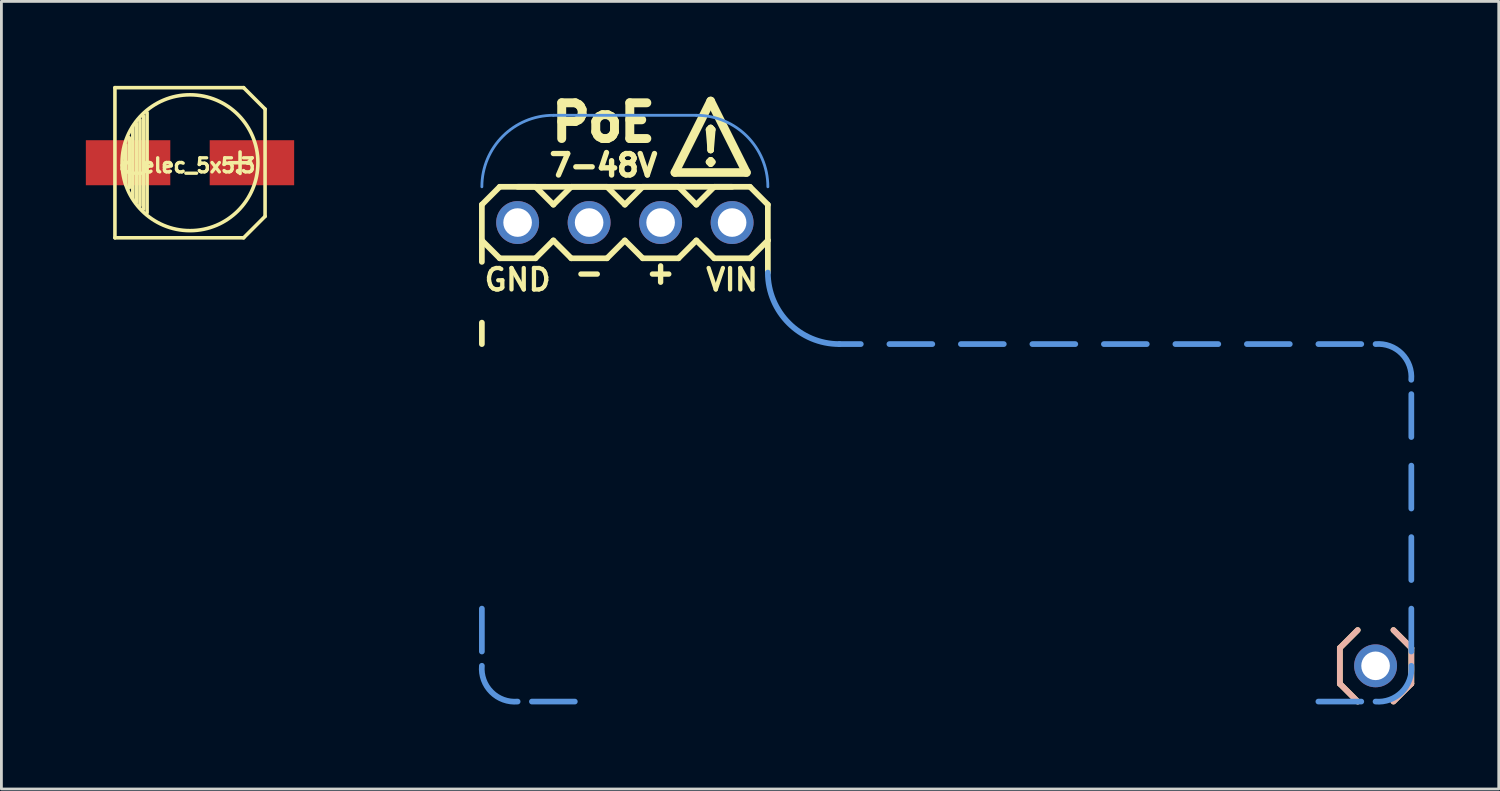
<source format=kicad_pcb>
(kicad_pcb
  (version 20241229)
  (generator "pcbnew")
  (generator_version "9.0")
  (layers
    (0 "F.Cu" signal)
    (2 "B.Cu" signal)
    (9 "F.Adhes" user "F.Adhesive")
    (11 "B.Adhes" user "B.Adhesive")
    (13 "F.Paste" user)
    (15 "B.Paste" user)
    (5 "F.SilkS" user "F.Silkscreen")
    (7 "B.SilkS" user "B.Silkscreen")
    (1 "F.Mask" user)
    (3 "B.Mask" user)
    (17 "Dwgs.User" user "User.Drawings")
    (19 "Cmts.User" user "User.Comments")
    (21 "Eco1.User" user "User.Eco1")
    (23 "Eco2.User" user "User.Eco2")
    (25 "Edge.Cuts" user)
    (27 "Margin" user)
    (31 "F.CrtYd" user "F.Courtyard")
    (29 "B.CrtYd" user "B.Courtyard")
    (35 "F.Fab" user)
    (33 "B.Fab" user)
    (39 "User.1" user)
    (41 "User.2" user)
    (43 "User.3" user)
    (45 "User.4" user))
  (footprint "c_elec_5x5.3"
    (layer "F.Cu")
    (at 3.7 2.731)
    (property "Reference" "c_elec_5x5.3" (at -0.1 0.1 0) (layer "F.SilkS") (effects (font (size 0.5 0.5) (thickness 0.119))))
    (attr through_hole)
    (fp_line (start -2.667 -2.667) (end 1.905 -2.667) (stroke (width 0.127) (type solid)) (layer "F.SilkS"))
    (fp_line (start -2.667 2.667) (end -2.667 -2.667) (stroke (width 0.127) (type solid)) (layer "F.SilkS"))
    (fp_line (start -2.286 -0.635) (end -2.286 0.762) (stroke (width 0.127) (type solid)) (layer "F.SilkS"))
    (fp_line (start -2.159 -0.889) (end -2.159 0.889) (stroke (width 0.127) (type solid)) (layer "F.SilkS"))
    (fp_line (start -2.032 -1.27) (end -2.032 1.27) (stroke (width 0.127) (type solid)) (layer "F.SilkS"))
    (fp_line (start -1.905 1.397) (end -1.905 -1.397) (stroke (width 0.127) (type solid)) (layer "F.SilkS"))
    (fp_line (start -1.778 -1.524) (end -1.778 1.524) (stroke (width 0.127) (type solid)) (layer "F.SilkS"))
    (fp_line (start -1.651 1.651) (end -1.651 -1.651) (stroke (width 0.127) (type solid)) (layer "F.SilkS"))
    (fp_line (start -1.524 -1.778) (end -1.524 1.778) (stroke (width 0.127) (type solid)) (layer "F.SilkS"))
    (fp_line (start 1.778 -0.381) (end 1.778 0.381) (stroke (width 0.127) (type solid)) (layer "F.SilkS"))
    (fp_line (start 1.905 -2.667) (end 2.667 -1.905) (stroke (width 0.127) (type solid)) (layer "F.SilkS"))
    (fp_line (start 1.905 2.667) (end -2.667 2.667) (stroke (width 0.127) (type solid)) (layer "F.SilkS"))
    (fp_line (start 2.159 0) (end 1.397 0) (stroke (width 0.127) (type solid)) (layer "F.SilkS"))
    (fp_line (start 2.667 -1.905) (end 2.667 1.905) (stroke (width 0.127) (type solid)) (layer "F.SilkS"))
    (fp_line (start 2.667 1.905) (end 1.905 2.667) (stroke (width 0.127) (type solid)) (layer "F.SilkS"))
    (fp_circle (center 0 0) (end -2.413 0) (stroke (width 0.127) (type solid)) (fill no) (layer "F.SilkS"))
    (pad "1" smd rect (at 2.2 0) (size 3 1.6) (layers "F.Cu" "F.Mask" "F.Paste"))
    (pad "2" smd rect (at -2.2 0) (size 3 1.6) (layers "F.Cu" "F.Mask" "F.Paste")))
  (footprint "FT-POE-MODULE-NOOUTLINE"
    (layer "F.Cu")
    (at 15.339 4.856)
    (property "Reference" "FT-POE-MODULE-NOOUTLINE" (at 3.72 -0.008 0) (layer "Eco1.User") (effects (font (size 0.762 0.762) (thickness 0.127))))
    (attr through_hole)
    (fp_line (start -1.27 -0.635) (end -1.27 0.635) (stroke (width 0.203) (type solid)) (layer "F.SilkS"))
    (fp_line (start -1.27 0.635) (end -1.27 1.397) (stroke (width 0.203) (type solid)) (layer "F.SilkS"))
    (fp_line (start -1.27 0.635) (end -0.635 1.27) (stroke (width 0.203) (type solid)) (layer "F.SilkS"))
    (fp_line (start -1.27 3.556) (end -1.27 4.318) (stroke (width 0.203) (type solid)) (layer "F.SilkS"))
    (fp_line (start -0.635 -1.27) (end -1.27 -0.635) (stroke (width 0.203) (type solid)) (layer "F.SilkS"))
    (fp_line (start -0.635 -1.27) (end 0.635 -1.27) (stroke (width 0.203) (type solid)) (layer "F.SilkS"))
    (fp_line (start 0.635 -1.27) (end 1.27 -0.635) (stroke (width 0.203) (type solid)) (layer "F.SilkS"))
    (fp_line (start 0.635 1.27) (end -0.635 1.27) (stroke (width 0.203) (type solid)) (layer "F.SilkS"))
    (fp_line (start 1.27 -0.635) (end 1.905 -1.27) (stroke (width 0.203) (type solid)) (layer "F.SilkS"))
    (fp_line (start 1.27 0.635) (end 0.635 1.27) (stroke (width 0.203) (type solid)) (layer "F.SilkS"))
    (fp_line (start 1.905 -1.27) (end 3.175 -1.27) (stroke (width 0.203) (type solid)) (layer "F.SilkS"))
    (fp_line (start 1.905 1.27) (end 1.27 0.635) (stroke (width 0.203) (type solid)) (layer "F.SilkS"))
    (fp_line (start 3.175 -1.27) (end 3.81 -0.635) (stroke (width 0.203) (type solid)) (layer "F.SilkS"))
    (fp_line (start 3.175 1.27) (end 1.905 1.27) (stroke (width 0.203) (type solid)) (layer "F.SilkS"))
    (fp_line (start 3.81 -0.635) (end 4.445 -1.27) (stroke (width 0.203) (type solid)) (layer "F.SilkS"))
    (fp_line (start 3.81 0.635) (end 3.175 1.27) (stroke (width 0.203) (type solid)) (layer "F.SilkS"))
    (fp_line (start 4.445 -1.27) (end 5.715 -1.27) (stroke (width 0.203) (type solid)) (layer "F.SilkS"))
    (fp_line (start 4.445 1.27) (end 3.81 0.635) (stroke (width 0.203) (type solid)) (layer "F.SilkS"))
    (fp_line (start 5.588 -1.778) (end 6.858 -4.318) (stroke (width 0.305) (type solid)) (layer "F.SilkS"))
    (fp_line (start 5.715 -1.27) (end 6.35 -0.635) (stroke (width 0.203) (type solid)) (layer "F.SilkS"))
    (fp_line (start 5.715 1.27) (end 4.445 1.27) (stroke (width 0.203) (type solid)) (layer "F.SilkS"))
    (fp_line (start 6.35 0.635) (end 5.715 1.27) (stroke (width 0.203) (type solid)) (layer "F.SilkS"))
    (fp_line (start 6.35 0.635) (end 6.985 1.27) (stroke (width 0.203) (type solid)) (layer "F.SilkS"))
    (fp_line (start 6.858 -4.318) (end 8.128 -1.778) (stroke (width 0.305) (type solid)) (layer "F.SilkS"))
    (fp_line (start 6.985 -1.27) (end 6.35 -0.635) (stroke (width 0.203) (type solid)) (layer "F.SilkS"))
    (fp_line (start 6.985 -1.27) (end 8.255 -1.27) (stroke (width 0.203) (type solid)) (layer "F.SilkS"))
    (fp_line (start 7.62 -1.27) (end 0 -1.27) (stroke (width 0.203) (type solid)) (layer "F.SilkS"))
    (fp_line (start 8.128 -1.778) (end 5.588 -1.778) (stroke (width 0.305) (type solid)) (layer "F.SilkS"))
    (fp_line (start 8.255 -1.27) (end 8.89 -0.635) (stroke (width 0.203) (type solid)) (layer "F.SilkS"))
    (fp_line (start 8.255 1.27) (end 6.985 1.27) (stroke (width 0.203) (type solid)) (layer "F.SilkS"))
    (fp_line (start 8.89 -0.635) (end 8.89 0.635) (stroke (width 0.203) (type solid)) (layer "F.SilkS"))
    (fp_line (start 8.89 0.635) (end 8.255 1.27) (stroke (width 0.203) (type solid)) (layer "F.SilkS"))
    (fp_line (start 8.89 1.778) (end 8.89 0.635) (stroke (width 0.203) (type solid)) (layer "F.SilkS"))
    (fp_line (start 29.21 15.113) (end 29.845 14.478) (stroke (width 0.203) (type solid)) (layer "F.SilkS"))
    (fp_line (start 29.21 16.383) (end 29.21 15.113) (stroke (width 0.203) (type solid)) (layer "F.SilkS"))
    (fp_line (start 29.845 17.018) (end 29.21 16.383) (stroke (width 0.203) (type solid)) (layer "F.SilkS"))
    (fp_line (start 31.115 14.478) (end 31.75 15.113) (stroke (width 0.203) (type solid)) (layer "F.SilkS"))
    (fp_line (start 31.75 15.113) (end 31.75 16.383) (stroke (width 0.203) (type solid)) (layer "F.SilkS"))
    (fp_line (start 31.75 16.383) (end 31.115 17.018) (stroke (width 0.203) (type solid)) (layer "F.SilkS"))
    (fp_line (start 29.21 15.113) (end 29.21 16.383) (stroke (width 0.203) (type solid)) (layer "B.SilkS"))
    (fp_line (start 29.21 16.383) (end 29.845 17.018) (stroke (width 0.203) (type solid)) (layer "B.SilkS"))
    (fp_line (start 29.845 14.478) (end 29.21 15.113) (stroke (width 0.203) (type solid)) (layer "B.SilkS"))
    (fp_line (start 31.115 17.018) (end 31.75 16.383) (stroke (width 0.203) (type solid)) (layer "B.SilkS"))
    (fp_line (start 31.75 15.113) (end 31.115 14.478) (stroke (width 0.203) (type solid)) (layer "B.SilkS"))
    (fp_line (start 31.75 16.383) (end 31.75 15.113) (stroke (width 0.203) (type solid)) (layer "B.SilkS"))
    (fp_line (start -1.27 13.716) (end -1.27 15.24) (stroke (width 0.203) (type solid)) (layer "Cmts.User"))
    (fp_line (start 1.27 -3.81) (end 6.35 -3.81) (stroke (width 0.1) (type solid)) (layer "Cmts.User"))
    (fp_line (start 2.032 17.018) (end 0.508 17.018) (stroke (width 0.203) (type solid)) (layer "Cmts.User"))
    (fp_line (start 12.192 4.318) (end 11.43 4.318) (stroke (width 0.203) (type solid)) (layer "Cmts.User"))
    (fp_line (start 14.732 4.318) (end 13.208 4.318) (stroke (width 0.203) (type solid)) (layer "Cmts.User"))
    (fp_line (start 17.272 4.318) (end 15.748 4.318) (stroke (width 0.203) (type solid)) (layer "Cmts.User"))
    (fp_line (start 19.812 4.318) (end 18.288 4.318) (stroke (width 0.203) (type solid)) (layer "Cmts.User"))
    (fp_line (start 22.352 4.318) (end 20.828 4.318) (stroke (width 0.203) (type solid)) (layer "Cmts.User"))
    (fp_line (start 24.892 4.318) (end 23.368 4.318) (stroke (width 0.203) (type solid)) (layer "Cmts.User"))
    (fp_line (start 27.432 4.318) (end 25.908 4.318) (stroke (width 0.203) (type solid)) (layer "Cmts.User"))
    (fp_line (start 29.972 4.318) (end 28.448 4.318) (stroke (width 0.203) (type solid)) (layer "Cmts.User"))
    (fp_line (start 29.972 17.018) (end 28.448 17.018) (stroke (width 0.203) (type solid)) (layer "Cmts.User"))
    (fp_line (start 31.75 6.096) (end 31.75 7.62) (stroke (width 0.203) (type solid)) (layer "Cmts.User"))
    (fp_line (start 31.75 8.636) (end 31.75 10.16) (stroke (width 0.203) (type solid)) (layer "Cmts.User"))
    (fp_line (start 31.75 11.176) (end 31.75 12.7) (stroke (width 0.203) (type solid)) (layer "Cmts.User"))
    (fp_line (start 31.75 13.716) (end 31.75 15.24) (stroke (width 0.203) (type solid)) (layer "Cmts.User"))
    (fp_arc (start -1.27 -1.27) (mid -0.526051 -3.066051) (end 1.27 -3.81) (stroke (width 0.1) (type solid)) (layer "Cmts.User"))
    (fp_arc (start 0 17.018) (mid -0.931339 16.678463) (end -1.269892 15.746766) (stroke (width 0.2032) (type solid)) (layer "Cmts.User"))
    (fp_arc (start 6.35 -3.81) (mid 8.146051 -3.066051) (end 8.89 -1.27) (stroke (width 0.1) (type solid)) (layer "Cmts.User"))
    (fp_arc (start 11.43 4.318) (mid 9.633949 3.574051) (end 8.89 1.778) (stroke (width 0.2032) (type solid)) (layer "Cmts.User"))
    (fp_arc (start 30.48 4.318) (mid 31.409393 4.65663) (end 31.747391 5.586253) (stroke (width 0.2032) (type solid)) (layer "Cmts.User"))
    (fp_arc (start 31.75 15.748) (mid 31.410463 16.679339) (end 30.478766 17.017892) (stroke (width 0.2032) (type solid)) (layer "Cmts.User"))
    (fp_text user "VIN" (at 7.62 2.032 0) (layer "F.SilkS") (effects (font (size 0.762 0.762) (thickness 0.152))))
    (fp_text user "+" (at 5.08 1.778 0) (layer "F.SilkS") (effects (font (size 0.762 0.762) (thickness 0.191))))
    (fp_text user "-" (at 2.54 1.778 0) (layer "F.SilkS") (effects (font (size 0.762 0.762) (thickness 0.191))))
    (fp_text user "GND" (at 0 2.032 0) (layer "F.SilkS") (effects (font (size 0.762 0.762) (thickness 0.152))))
    (fp_text user "PoE" (at 3.048 -3.556 0) (layer "F.SilkS") (effects (font (size 1.27 1.27) (thickness 0.318))))
    (fp_text user "!" (at 6.858 -2.667 0) (layer "F.SilkS") (effects (font (size 1.27 1.27) (thickness 0.229))))
    (fp_text user "7-48V" (at 3.048 -2.032 0) (layer "F.SilkS") (effects (font (size 0.762 0.762) (thickness 0.191))))
    (pad "1" thru_hole oval (at 0 0 90) (size 1.524 1.524) (drill 1.016) (layers "*.Cu" "*.Mask"))
    (pad "2" thru_hole oval (at 2.54 0 90) (size 1.524 1.524) (drill 1.016) (layers "*.Cu" "*.Mask"))
    (pad "3" thru_hole oval (at 5.08 0 90) (size 1.524 1.524) (drill 1.016) (layers "*.Cu" "*.Mask"))
    (pad "4" thru_hole oval (at 7.62 0 90) (size 1.524 1.524) (drill 1.016) (layers "*.Cu" "*.Mask"))
    (pad "MNT2" thru_hole oval (at 30.48 15.748 90) (size 1.524 1.524) (drill 1.016) (layers "*.Cu" "*.Mask")))
  (gr_rect
    (start -3 -3)
    (end 50.195 24.98)
    (stroke (width 0.1) (type default))
    (fill no)
    (layer "Edge.Cuts")))
</source>
